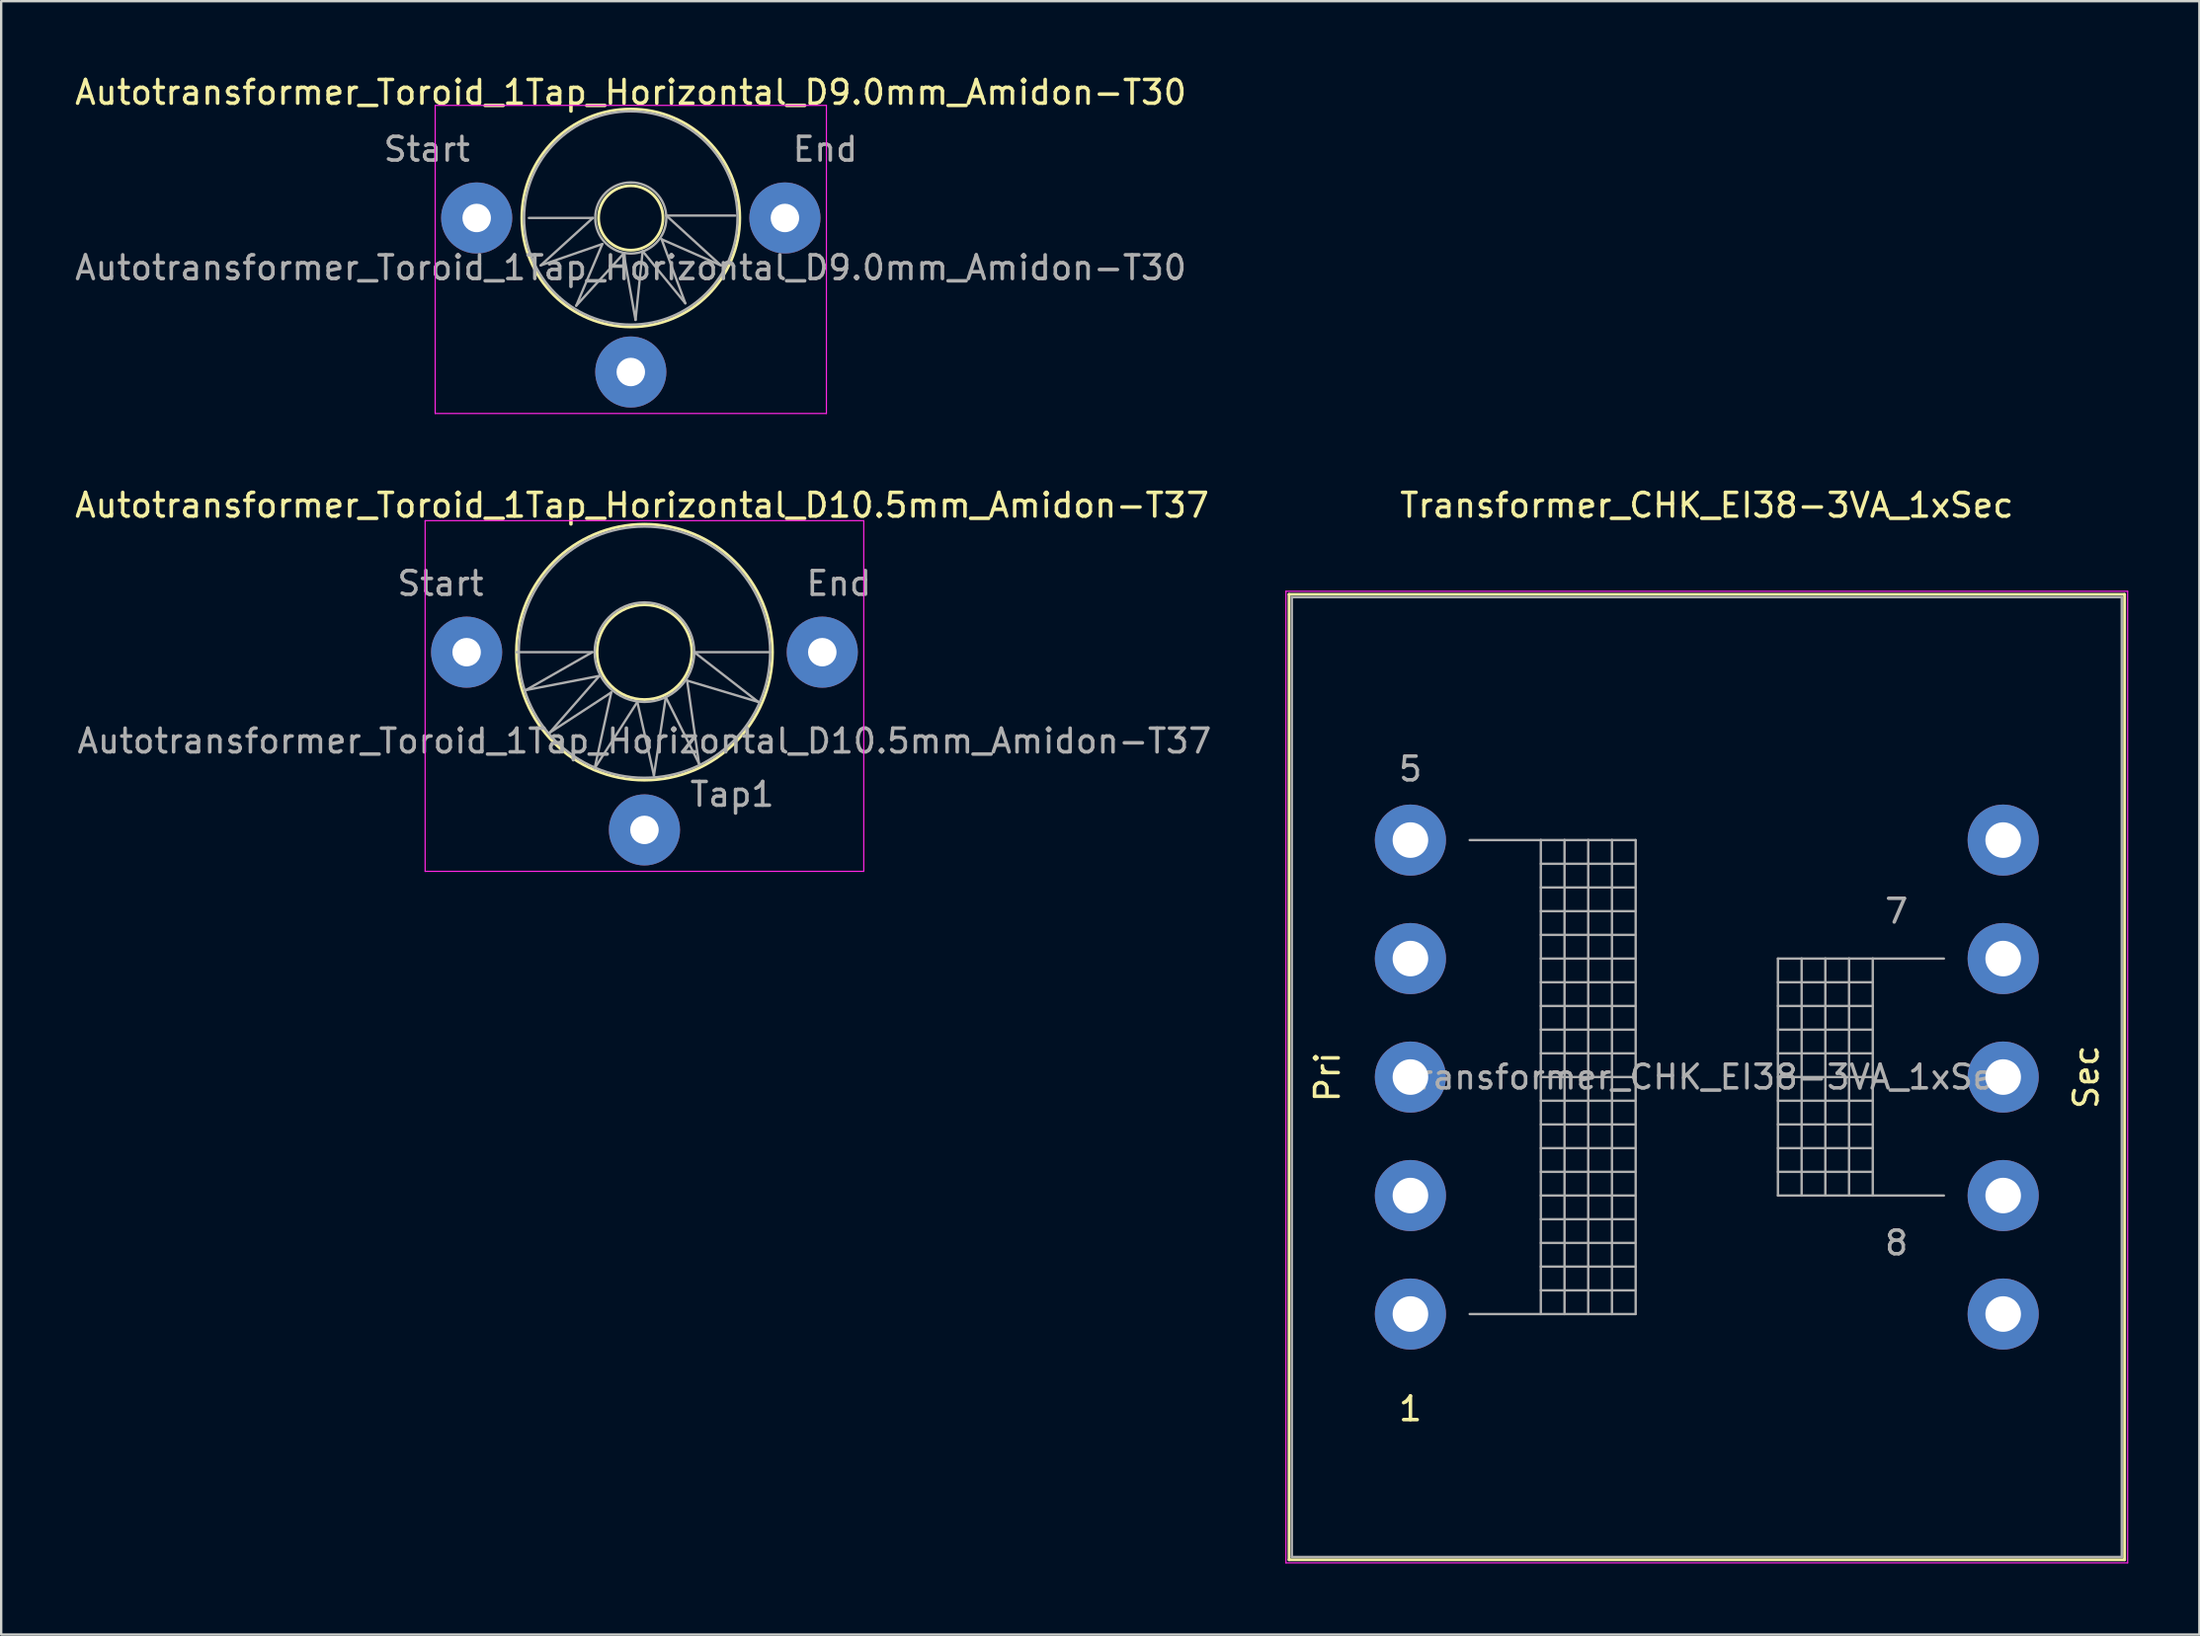
<source format=kicad_pcb>
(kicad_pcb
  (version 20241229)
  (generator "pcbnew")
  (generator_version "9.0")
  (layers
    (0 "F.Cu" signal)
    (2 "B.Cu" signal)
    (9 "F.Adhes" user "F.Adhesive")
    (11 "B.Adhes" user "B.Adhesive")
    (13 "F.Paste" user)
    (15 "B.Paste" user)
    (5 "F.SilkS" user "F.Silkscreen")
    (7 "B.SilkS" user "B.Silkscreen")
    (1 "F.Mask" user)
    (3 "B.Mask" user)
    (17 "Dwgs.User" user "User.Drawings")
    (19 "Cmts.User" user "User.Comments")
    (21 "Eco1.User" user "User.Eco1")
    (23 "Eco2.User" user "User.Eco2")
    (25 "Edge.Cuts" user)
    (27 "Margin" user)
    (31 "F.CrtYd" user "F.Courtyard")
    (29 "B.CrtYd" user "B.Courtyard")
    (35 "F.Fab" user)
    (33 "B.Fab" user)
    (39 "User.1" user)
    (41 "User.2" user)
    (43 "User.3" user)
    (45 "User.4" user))
  (footprint "Autotransformer_Toroid_1Tap_Horizontal_D9.0mm_Amidon-T30"
    (layer "F.Cu")
    (at 17.054 6.148)
    (property "Reference" "Autotransformer_Toroid_1Tap_Horizontal_D9.0mm_Amidon-T30" (at 6.5 -5.3 0) (layer "F.SilkS") (effects (font (size 1 1) (thickness 0.15))))
    (attr through_hole)
    (fp_circle (center 6.5 0) (end 7.6 0.8) (stroke (width 0.12) (type solid)) (fill no) (layer "F.SilkS"))
    (fp_circle (center 6.5 0) (end 9.8 3.2) (stroke (width 0.12) (type solid)) (fill no) (layer "F.SilkS"))
    (fp_line (start -1.75 -4.75) (end -1.75 8.25) (stroke (width 0.05) (type solid)) (layer "F.CrtYd"))
    (fp_line (start -1.75 -4.75) (end 14.75 -4.75) (stroke (width 0.05) (type solid)) (layer "F.CrtYd"))
    (fp_line (start 14.75 8.25) (end -1.75 8.25) (stroke (width 0.05) (type solid)) (layer "F.CrtYd"))
    (fp_line (start 14.75 8.25) (end 14.75 -4.75) (stroke (width 0.05) (type solid)) (layer "F.CrtYd"))
    (fp_line (start 2.2 0) (end 4.9 0) (stroke (width 0.1) (type solid)) (layer "F.Fab"))
    (fp_line (start 2.7 2) (end 5.3 1.1) (stroke (width 0.1) (type solid)) (layer "F.Fab"))
    (fp_line (start 4.2 3.7) (end 6.2 1.5) (stroke (width 0.1) (type solid)) (layer "F.Fab"))
    (fp_line (start 4.9 0) (end 2.7 2) (stroke (width 0.1) (type solid)) (layer "F.Fab"))
    (fp_line (start 5.3 1.1) (end 4.2 3.7) (stroke (width 0.1) (type solid)) (layer "F.Fab"))
    (fp_line (start 6.2 1.5) (end 6.7 4.3) (stroke (width 0.1) (type solid)) (layer "F.Fab"))
    (fp_line (start 6.7 4.3) (end 7 1.4) (stroke (width 0.1) (type solid)) (layer "F.Fab"))
    (fp_line (start 7 1.4) (end 8.8 3.6) (stroke (width 0.1) (type solid)) (layer "F.Fab"))
    (fp_line (start 7.8 0.9) (end 10.3 2) (stroke (width 0.1) (type solid)) (layer "F.Fab"))
    (fp_line (start 8 -0.1) (end 10.9 -0.1) (stroke (width 0.1) (type solid)) (layer "F.Fab"))
    (fp_line (start 8.8 3.6) (end 7.8 0.9) (stroke (width 0.1) (type solid)) (layer "F.Fab"))
    (fp_line (start 10.3 2) (end 8 -0.1) (stroke (width 0.1) (type solid)) (layer "F.Fab"))
    (fp_circle (center 6.5 0) (end 8 0) (stroke (width 0.1) (type solid)) (fill no) (layer "F.Fab"))
    (fp_circle (center 6.5 0) (end 11 0) (stroke (width 0.1) (type solid)) (fill no) (layer "F.Fab"))
    (fp_text user "End" (at 14.7 -2.9 0) (layer "F.Fab") (effects (font (size 1 1) (thickness 0.15))))
    (fp_text user "Start" (at -2.1 -2.9 0) (layer "F.Fab") (effects (font (size 1 1) (thickness 0.15))))
    (fp_text user "${REFERENCE}" (at 6.5 2.1 0) (layer "F.Fab") (effects (font (size 1 1) (thickness 0.15))))
    (pad "1" thru_hole circle (at 0 0) (size 3 3) (drill 1.2) (layers "*.Cu" "*.Mask"))
    (pad "2" thru_hole circle (at 6.5 6.5) (size 3 3) (drill 1.2) (layers "*.Cu" "*.Mask"))
    (pad "3" thru_hole circle (at 13 0) (size 3 3) (drill 1.2) (layers "*.Cu" "*.Mask")))
  (footprint "Autotransformer_Toroid_1Tap_Horizontal_D10.5mm_Amidon-T37"
    (layer "F.Cu")
    (at 16.63 24.471)
    (property "Reference" "Autotransformer_Toroid_1Tap_Horizontal_D10.5mm_Amidon-T37" (at 7.4 -6.2 0) (layer "F.SilkS") (effects (font (size 1 1) (thickness 0.15))))
    (attr through_hole)
    (fp_circle (center 7.5 0) (end 9.5 0) (stroke (width 0.12) (type solid)) (fill no) (layer "F.SilkS"))
    (fp_circle (center 7.5 0) (end 12.9 0) (stroke (width 0.12) (type solid)) (fill no) (layer "F.SilkS"))
    (fp_line (start -1.75 -5.55) (end -1.75 9.25) (stroke (width 0.05) (type solid)) (layer "F.CrtYd"))
    (fp_line (start -1.75 -5.55) (end 16.75 -5.55) (stroke (width 0.05) (type solid)) (layer "F.CrtYd"))
    (fp_line (start 16.75 9.25) (end -1.75 9.25) (stroke (width 0.05) (type solid)) (layer "F.CrtYd"))
    (fp_line (start 16.75 9.25) (end 16.75 -5.55) (stroke (width 0.05) (type solid)) (layer "F.CrtYd"))
    (fp_line (start 2.1 0) (end 5.3 0) (stroke (width 0.1) (type solid)) (layer "F.Fab"))
    (fp_line (start 2.5 1.6) (end 5.6 1) (stroke (width 0.1) (type solid)) (layer "F.Fab"))
    (fp_line (start 3.5 3.4) (end 6.1 1.7) (stroke (width 0.1) (type solid)) (layer "F.Fab"))
    (fp_line (start 5.3 0) (end 2.5 1.6) (stroke (width 0.1) (type solid)) (layer "F.Fab"))
    (fp_line (start 5.4 4.9) (end 7.2 2.1) (stroke (width 0.1) (type solid)) (layer "F.Fab"))
    (fp_line (start 5.6 1) (end 3.5 3.4) (stroke (width 0.1) (type solid)) (layer "F.Fab"))
    (fp_line (start 6.1 1.7) (end 5.4 4.9) (stroke (width 0.1) (type solid)) (layer "F.Fab"))
    (fp_line (start 7.2 2.1) (end 7.9 5.2) (stroke (width 0.1) (type solid)) (layer "F.Fab"))
    (fp_line (start 7.9 5.2) (end 8.4 1.9) (stroke (width 0.1) (type solid)) (layer "F.Fab"))
    (fp_line (start 8.4 1.9) (end 9.8 4.7) (stroke (width 0.1) (type solid)) (layer "F.Fab"))
    (fp_line (start 9.3 1.2) (end 12.3 2.1) (stroke (width 0.1) (type solid)) (layer "F.Fab"))
    (fp_line (start 9.6 0) (end 12.8 0) (stroke (width 0.1) (type solid)) (layer "F.Fab"))
    (fp_line (start 9.8 4.7) (end 9.3 1.2) (stroke (width 0.1) (type solid)) (layer "F.Fab"))
    (fp_line (start 12.3 2.1) (end 9.6 0) (stroke (width 0.1) (type solid)) (layer "F.Fab"))
    (fp_circle (center 7.5 0) (end 9.6 0) (stroke (width 0.1) (type solid)) (fill no) (layer "F.Fab"))
    (fp_circle (center 7.5 0) (end 12.8 0) (stroke (width 0.1) (type solid)) (fill no) (layer "F.Fab"))
    (fp_text user "End" (at 15.7 -2.9 0) (layer "F.Fab") (effects (font (size 1 1) (thickness 0.15))))
    (fp_text user "Tap1" (at 11.2 6 0) (layer "F.Fab") (effects (font (size 1 1) (thickness 0.15))))
    (fp_text user "${REFERENCE}" (at 7.5 3.75 0) (layer "F.Fab") (effects (font (size 1 1) (thickness 0.15))))
    (fp_text user "Start" (at -1.1 -2.9 0) (layer "F.Fab") (effects (font (size 1 1) (thickness 0.15))))
    (pad "1" thru_hole circle (at 0 0) (size 3 3) (drill 1.2) (layers "*.Cu" "*.Mask"))
    (pad "2" thru_hole circle (at 7.5 7.5) (size 3 3) (drill 1.2) (layers "*.Cu" "*.Mask"))
    (pad "3" thru_hole circle (at 15 0) (size 3 3) (drill 1.2) (layers "*.Cu" "*.Mask")))
  (footprint "Transformer_CHK_EI38-3VA_1xSec"
    (layer "F.Cu")
    (at 56.435 52.401)
    (property "Reference" "Transformer_CHK_EI38-3VA_1xSec" (at 12.5 -34.13 0) (layer "F.SilkS") (effects (font (size 1 1) (thickness 0.15))))
    (attr through_hole)
    (fp_line (start -5.12 -30.37) (end -5.12 10.37) (stroke (width 0.12) (type solid)) (layer "F.SilkS"))
    (fp_line (start -5.12 -30.37) (end 30.12 -30.37) (stroke (width 0.12) (type solid)) (layer "F.SilkS"))
    (fp_line (start 30.12 10.37) (end -5.12 10.37) (stroke (width 0.12) (type solid)) (layer "F.SilkS"))
    (fp_line (start 30.12 10.37) (end 30.12 -30.37) (stroke (width 0.12) (type solid)) (layer "F.SilkS"))
    (fp_line (start -5.25 -30.5) (end -5.25 10.5) (stroke (width 0.05) (type solid)) (layer "F.CrtYd"))
    (fp_line (start -5.25 -30.5) (end 30.25 -30.5) (stroke (width 0.05) (type solid)) (layer "F.CrtYd"))
    (fp_line (start 30.25 10.5) (end -5.25 10.5) (stroke (width 0.05) (type solid)) (layer "F.CrtYd"))
    (fp_line (start 30.25 10.5) (end 30.25 -30.5) (stroke (width 0.05) (type solid)) (layer "F.CrtYd"))
    (fp_line (start -5 -30.25) (end -5 10.25) (stroke (width 0.1) (type solid)) (layer "F.Fab"))
    (fp_line (start -5 10.25) (end 30 10.25) (stroke (width 0.1) (type solid)) (layer "F.Fab"))
    (fp_line (start 2.5 -20) (end 5.5 -20) (stroke (width 0.1) (type solid)) (layer "F.Fab"))
    (fp_line (start 5.5 -20) (end 5.5 0) (stroke (width 0.1) (type solid)) (layer "F.Fab"))
    (fp_line (start 5.5 -20) (end 6.5 -20) (stroke (width 0.1) (type solid)) (layer "F.Fab"))
    (fp_line (start 5.5 -19) (end 9.5 -19) (stroke (width 0.1) (type solid)) (layer "F.Fab"))
    (fp_line (start 5.5 -18) (end 9.5 -18) (stroke (width 0.1) (type solid)) (layer "F.Fab"))
    (fp_line (start 5.5 -17) (end 9.5 -17) (stroke (width 0.1) (type solid)) (layer "F.Fab"))
    (fp_line (start 5.5 -16) (end 9.5 -16) (stroke (width 0.1) (type solid)) (layer "F.Fab"))
    (fp_line (start 5.5 -15) (end 9.5 -15) (stroke (width 0.1) (type solid)) (layer "F.Fab"))
    (fp_line (start 5.5 -14) (end 9.5 -14) (stroke (width 0.1) (type solid)) (layer "F.Fab"))
    (fp_line (start 5.5 -13) (end 9.5 -13) (stroke (width 0.1) (type solid)) (layer "F.Fab"))
    (fp_line (start 5.5 -12) (end 9.5 -12) (stroke (width 0.1) (type solid)) (layer "F.Fab"))
    (fp_line (start 5.5 -11) (end 9.5 -11) (stroke (width 0.1) (type solid)) (layer "F.Fab"))
    (fp_line (start 5.5 -10) (end 9.5 -10) (stroke (width 0.1) (type solid)) (layer "F.Fab"))
    (fp_line (start 5.5 -9) (end 9.5 -9) (stroke (width 0.1) (type solid)) (layer "F.Fab"))
    (fp_line (start 5.5 -8) (end 9.5 -8) (stroke (width 0.1) (type solid)) (layer "F.Fab"))
    (fp_line (start 5.5 -7) (end 9.5 -7) (stroke (width 0.1) (type solid)) (layer "F.Fab"))
    (fp_line (start 5.5 -6) (end 9.5 -6) (stroke (width 0.1) (type solid)) (layer "F.Fab"))
    (fp_line (start 5.5 -5) (end 9.5 -5) (stroke (width 0.1) (type solid)) (layer "F.Fab"))
    (fp_line (start 5.5 -4) (end 9.5 -4) (stroke (width 0.1) (type solid)) (layer "F.Fab"))
    (fp_line (start 5.5 -3) (end 9.5 -3) (stroke (width 0.1) (type solid)) (layer "F.Fab"))
    (fp_line (start 5.5 -2) (end 9.5 -2) (stroke (width 0.1) (type solid)) (layer "F.Fab"))
    (fp_line (start 5.5 -1) (end 9.5 -1) (stroke (width 0.1) (type solid)) (layer "F.Fab"))
    (fp_line (start 5.5 0) (end 2.5 0) (stroke (width 0.1) (type solid)) (layer "F.Fab"))
    (fp_line (start 6.5 -20) (end 6.5 0) (stroke (width 0.1) (type solid)) (layer "F.Fab"))
    (fp_line (start 6.5 -20) (end 7.5 -20) (stroke (width 0.1) (type solid)) (layer "F.Fab"))
    (fp_line (start 6.5 0) (end 5.5 0) (stroke (width 0.1) (type solid)) (layer "F.Fab"))
    (fp_line (start 7.5 -20) (end 7.5 0) (stroke (width 0.1) (type solid)) (layer "F.Fab"))
    (fp_line (start 7.5 -20) (end 8.5 -20) (stroke (width 0.1) (type solid)) (layer "F.Fab"))
    (fp_line (start 7.5 0) (end 6.5 0) (stroke (width 0.1) (type solid)) (layer "F.Fab"))
    (fp_line (start 8.5 -20) (end 8.5 0) (stroke (width 0.1) (type solid)) (layer "F.Fab"))
    (fp_line (start 8.5 -20) (end 9.5 -20) (stroke (width 0.1) (type solid)) (layer "F.Fab"))
    (fp_line (start 8.5 0) (end 7.5 0) (stroke (width 0.1) (type solid)) (layer "F.Fab"))
    (fp_line (start 9.5 -20) (end 9.5 0) (stroke (width 0.1) (type solid)) (layer "F.Fab"))
    (fp_line (start 9.5 0) (end 8.5 0) (stroke (width 0.1) (type solid)) (layer "F.Fab"))
    (fp_line (start 15.5 -15) (end 15.5 -5) (stroke (width 0.1) (type solid)) (layer "F.Fab"))
    (fp_line (start 15.5 -14) (end 19.5 -14) (stroke (width 0.1) (type solid)) (layer "F.Fab"))
    (fp_line (start 15.5 -12) (end 19.5 -12) (stroke (width 0.1) (type solid)) (layer "F.Fab"))
    (fp_line (start 15.5 -10) (end 19.5 -10) (stroke (width 0.1) (type solid)) (layer "F.Fab"))
    (fp_line (start 15.5 -8) (end 19.5 -8) (stroke (width 0.1) (type solid)) (layer "F.Fab"))
    (fp_line (start 15.5 -6) (end 19.5 -6) (stroke (width 0.1) (type solid)) (layer "F.Fab"))
    (fp_line (start 15.5 -5) (end 16.5 -5) (stroke (width 0.1) (type solid)) (layer "F.Fab"))
    (fp_line (start 16.5 -15) (end 15.5 -15) (stroke (width 0.1) (type solid)) (layer "F.Fab"))
    (fp_line (start 16.5 -15) (end 16.5 -5) (stroke (width 0.1) (type solid)) (layer "F.Fab"))
    (fp_line (start 16.5 -5) (end 17.5 -5) (stroke (width 0.1) (type solid)) (layer "F.Fab"))
    (fp_line (start 17.5 -15) (end 16.5 -15) (stroke (width 0.1) (type solid)) (layer "F.Fab"))
    (fp_line (start 17.5 -15) (end 17.5 -5) (stroke (width 0.1) (type solid)) (layer "F.Fab"))
    (fp_line (start 17.5 -5) (end 18.5 -5) (stroke (width 0.1) (type solid)) (layer "F.Fab"))
    (fp_line (start 18.5 -15) (end 17.5 -15) (stroke (width 0.1) (type solid)) (layer "F.Fab"))
    (fp_line (start 18.5 -15) (end 18.5 -5) (stroke (width 0.1) (type solid)) (layer "F.Fab"))
    (fp_line (start 18.5 -5) (end 19.5 -5) (stroke (width 0.1) (type solid)) (layer "F.Fab"))
    (fp_line (start 19.5 -15) (end 18.5 -15) (stroke (width 0.1) (type solid)) (layer "F.Fab"))
    (fp_line (start 19.5 -15) (end 19.5 -5) (stroke (width 0.1) (type solid)) (layer "F.Fab"))
    (fp_line (start 19.5 -13) (end 15.5 -13) (stroke (width 0.1) (type solid)) (layer "F.Fab"))
    (fp_line (start 19.5 -11) (end 15.5 -11) (stroke (width 0.1) (type solid)) (layer "F.Fab"))
    (fp_line (start 19.5 -9) (end 15.5 -9) (stroke (width 0.1) (type solid)) (layer "F.Fab"))
    (fp_line (start 19.5 -7) (end 15.5 -7) (stroke (width 0.1) (type solid)) (layer "F.Fab"))
    (fp_line (start 19.5 -5) (end 22.5 -5) (stroke (width 0.1) (type solid)) (layer "F.Fab"))
    (fp_line (start 22.5 -15) (end 19.5 -15) (stroke (width 0.1) (type solid)) (layer "F.Fab"))
    (fp_line (start 30 -30.25) (end -5 -30.25) (stroke (width 0.1) (type solid)) (layer "F.Fab"))
    (fp_line (start 30 10.25) (end 30 -30.25) (stroke (width 0.1) (type solid)) (layer "F.Fab"))
    (fp_text user "Sec" (at 28.5 -10 90) (layer "F.SilkS") (effects (font (size 1 1) (thickness 0.15))))
    (fp_text user "1" (at 0 4 0) (layer "F.SilkS") (effects (font (size 1 1) (thickness 0.15))))
    (fp_text user "Pri" (at -3.5 -10 90) (layer "F.SilkS") (effects (font (size 1 1) (thickness 0.15))))
    (fp_text user "7" (at 20.5 -17 0) (layer "F.Fab") (effects (font (size 1 1) (thickness 0.15))))
    (fp_text user "5" (at 0 -23 0) (layer "F.Fab") (effects (font (size 1 1) (thickness 0.15))))
    (fp_text user "${REFERENCE}" (at 12.5 -10 0) (layer "F.Fab") (effects (font (size 1 1) (thickness 0.15))))
    (fp_text user "8" (at 20.5 -3 0) (layer "F.Fab") (effects (font (size 1 1) (thickness 0.15))))
    (pad "1" thru_hole circle (at 0 0) (size 3 3) (drill 1.5) (layers "*.Cu" "*.Mask"))
    (pad "2" thru_hole circle (at 0 -5) (size 3 3) (drill 1.5) (layers "*.Cu" "*.Mask"))
    (pad "3" thru_hole circle (at 0 -10) (size 3 3) (drill 1.5) (layers "*.Cu" "*.Mask"))
    (pad "4" thru_hole circle (at 0 -15) (size 3 3) (drill 1.5) (layers "*.Cu" "*.Mask"))
    (pad "5" thru_hole circle (at 0 -20) (size 3 3) (drill 1.5) (layers "*.Cu" "*.Mask"))
    (pad "6" thru_hole circle (at 25 -20) (size 3 3) (drill 1.5) (layers "*.Cu" "*.Mask"))
    (pad "7" thru_hole circle (at 25 -15) (size 3 3) (drill 1.5) (layers "*.Cu" "*.Mask"))
    (pad "8" thru_hole circle (at 25 -10) (size 3 3) (drill 1.5) (layers "*.Cu" "*.Mask"))
    (pad "9" thru_hole circle (at 25 -5) (size 3 3) (drill 1.5) (layers "*.Cu" "*.Mask"))
    (pad "10" thru_hole circle (at 25 0) (size 3 3) (drill 1.5) (layers "*.Cu" "*.Mask")))
  (gr_rect
    (start -3 -3)
    (end 89.71 65.927)
    (stroke (width 0.1) (type default))
    (fill no)
    (layer "Edge.Cuts")))
</source>
